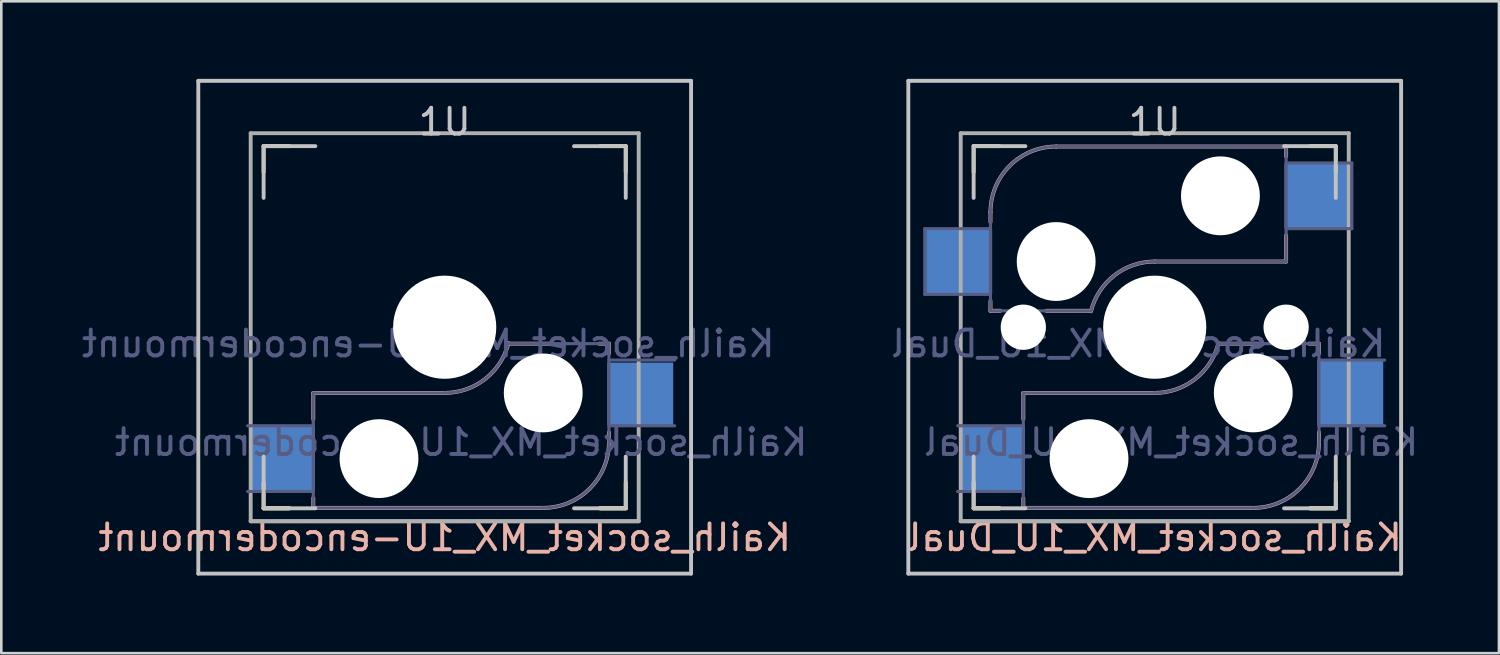
<source format=kicad_pcb>
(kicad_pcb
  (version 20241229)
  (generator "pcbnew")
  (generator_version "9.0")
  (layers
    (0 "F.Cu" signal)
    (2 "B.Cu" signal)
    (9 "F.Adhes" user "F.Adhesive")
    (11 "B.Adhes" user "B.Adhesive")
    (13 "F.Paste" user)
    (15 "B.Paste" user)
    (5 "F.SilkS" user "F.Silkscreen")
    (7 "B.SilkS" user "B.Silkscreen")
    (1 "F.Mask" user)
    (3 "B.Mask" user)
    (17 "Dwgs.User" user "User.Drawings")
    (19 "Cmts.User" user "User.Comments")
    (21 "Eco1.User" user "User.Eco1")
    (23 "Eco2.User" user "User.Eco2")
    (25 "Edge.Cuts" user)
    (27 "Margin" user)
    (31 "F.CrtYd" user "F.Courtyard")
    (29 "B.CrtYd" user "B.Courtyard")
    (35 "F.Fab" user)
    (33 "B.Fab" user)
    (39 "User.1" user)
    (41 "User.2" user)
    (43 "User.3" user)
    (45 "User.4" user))
  (footprint "Kailh_socket_MX_1U_Dual"
    (layer "F.Cu")
    (at 41.59 9.6)
    (property "Reference" "Kailh_socket_MX_1U_Dual" (at 0 8.128 0) (layer "B.SilkS") (effects (font (size 1 1) (thickness 0.15)) (justify mirror)))
    (property "Value" "Kailh_socket_MX_1U_Dual" (at 0 8.255 0) (layer "F.Fab") (hide yes) (effects (font (size 1 1) (thickness 0.15))))
    (attr smd)
    (fp_line (start -7 -6) (end -7 -7) (stroke (width 0.15) (type solid)) (layer "F.SilkS"))
    (fp_line (start -7 7) (end -7 6) (stroke (width 0.15) (type solid)) (layer "F.SilkS"))
    (fp_line (start -7 7) (end -6 7) (stroke (width 0.15) (type solid)) (layer "F.SilkS"))
    (fp_line (start -7 7) (end -6 7) (stroke (width 0.15) (type solid)) (layer "F.SilkS"))
    (fp_line (start -6 -7) (end -7 -7) (stroke (width 0.15) (type solid)) (layer "F.SilkS"))
    (fp_line (start 6 7) (end 7 7) (stroke (width 0.15) (type solid)) (layer "F.SilkS"))
    (fp_line (start 6 7) (end 7 7) (stroke (width 0.15) (type solid)) (layer "F.SilkS"))
    (fp_line (start 7 -7) (end 6 -7) (stroke (width 0.15) (type solid)) (layer "F.SilkS"))
    (fp_line (start 7 -7) (end 7 -6) (stroke (width 0.15) (type solid)) (layer "F.SilkS"))
    (fp_line (start 7 6) (end 7 7) (stroke (width 0.15) (type solid)) (layer "F.SilkS"))
    (fp_line (start -6.35 -4.445) (end -6.35 -4.064) (stroke (width 0.15) (type solid)) (layer "B.SilkS"))
    (fp_line (start -6.35 -1.016) (end -6.35 -0.635) (stroke (width 0.15) (type solid)) (layer "B.SilkS"))
    (fp_line (start -5.969 -0.635) (end -6.35 -0.635) (stroke (width 0.15) (type solid)) (layer "B.SilkS"))
    (fp_line (start -5.08 2.54) (end 0 2.54) (stroke (width 0.15) (type solid)) (layer "B.SilkS"))
    (fp_line (start -5.08 3.556) (end -5.08 2.54) (stroke (width 0.15) (type solid)) (layer "B.SilkS"))
    (fp_line (start -5.08 6.985) (end -5.08 6.604) (stroke (width 0.15) (type solid)) (layer "B.SilkS"))
    (fp_line (start -3.81 -6.985) (end 5.08 -6.985) (stroke (width 0.15) (type solid)) (layer "B.SilkS"))
    (fp_line (start -2.464 -0.635) (end -4.191 -0.635) (stroke (width 0.15) (type solid)) (layer "B.SilkS"))
    (fp_line (start 2.464 0.635) (end 4.191 0.635) (stroke (width 0.15) (type solid)) (layer "B.SilkS"))
    (fp_line (start 3.81 6.985) (end -5.08 6.985) (stroke (width 0.15) (type solid)) (layer "B.SilkS"))
    (fp_line (start 5.08 -6.985) (end 5.08 -6.604) (stroke (width 0.15) (type solid)) (layer "B.SilkS"))
    (fp_line (start 5.08 -3.556) (end 5.08 -2.54) (stroke (width 0.15) (type solid)) (layer "B.SilkS"))
    (fp_line (start 5.08 -2.54) (end 0 -2.54) (stroke (width 0.15) (type solid)) (layer "B.SilkS"))
    (fp_line (start 5.969 0.635) (end 6.35 0.635) (stroke (width 0.15) (type solid)) (layer "B.SilkS"))
    (fp_line (start 6.35 1.016) (end 6.35 0.635) (stroke (width 0.15) (type solid)) (layer "B.SilkS"))
    (fp_line (start 6.35 4.445) (end 6.35 4.064) (stroke (width 0.15) (type solid)) (layer "B.SilkS"))
    (fp_arc (start -6.35 -4.445) (mid -5.606051 -6.241051) (end -3.81 -6.985) (stroke (width 0.15) (type solid)) (layer "B.SilkS"))
    (fp_arc (start -2.464162 -0.61604) (mid -1.563147 -2.002042) (end 0 -2.54) (stroke (width 0.15) (type solid)) (layer "B.SilkS"))
    (fp_arc (start 2.464162 0.61604) (mid 1.563147 2.002042) (end 0 2.54) (stroke (width 0.15) (type solid)) (layer "B.SilkS"))
    (fp_arc (start 6.35 4.445) (mid 5.606051 6.241051) (end 3.81 6.985) (stroke (width 0.15) (type solid)) (layer "B.SilkS"))
    (fp_line (start -9.525 -9.525) (end 9.525 -9.525) (stroke (width 0.15) (type solid)) (layer "Dwgs.User"))
    (fp_line (start -9.525 9.525) (end -9.525 -9.525) (stroke (width 0.15) (type solid)) (layer "Dwgs.User"))
    (fp_line (start -7 -7) (end -7 -5) (stroke (width 0.15) (type solid)) (layer "Dwgs.User"))
    (fp_line (start -7 5) (end -7 7) (stroke (width 0.15) (type solid)) (layer "Dwgs.User"))
    (fp_line (start -7 7) (end -5 7) (stroke (width 0.15) (type solid)) (layer "Dwgs.User"))
    (fp_line (start -5 -7) (end -7 -7) (stroke (width 0.15) (type solid)) (layer "Dwgs.User"))
    (fp_line (start 5 -7) (end 7 -7) (stroke (width 0.15) (type solid)) (layer "Dwgs.User"))
    (fp_line (start 5 7) (end 7 7) (stroke (width 0.15) (type solid)) (layer "Dwgs.User"))
    (fp_line (start 7 -7) (end 7 -5) (stroke (width 0.15) (type solid)) (layer "Dwgs.User"))
    (fp_line (start 7 7) (end 7 5) (stroke (width 0.15) (type solid)) (layer "Dwgs.User"))
    (fp_line (start 9.525 -9.525) (end 9.525 9.525) (stroke (width 0.15) (type solid)) (layer "Dwgs.User"))
    (fp_line (start 9.525 9.525) (end -9.525 9.525) (stroke (width 0.15) (type solid)) (layer "Dwgs.User"))
    (fp_line (start -6.9 6.9) (end -6.9 -6.9) (stroke (width 0.15) (type solid)) (layer "Eco2.User"))
    (fp_line (start -6.9 6.9) (end 6.9 6.9) (stroke (width 0.15) (type solid)) (layer "Eco2.User"))
    (fp_line (start -6.9 6.9) (end 6.9 6.9) (stroke (width 0.15) (type solid)) (layer "Eco2.User"))
    (fp_line (start 6.9 -6.9) (end -6.9 -6.9) (stroke (width 0.15) (type solid)) (layer "Eco2.User"))
    (fp_line (start 6.9 -6.9) (end 6.9 6.9) (stroke (width 0.15) (type solid)) (layer "Eco2.User"))
    (fp_line (start -8.89 -3.81) (end -6.35 -3.81) (stroke (width 0.12) (type solid)) (layer "B.Fab"))
    (fp_line (start -8.89 -1.27) (end -8.89 -3.81) (stroke (width 0.12) (type solid)) (layer "B.Fab"))
    (fp_line (start -7.62 3.81) (end -5.08 3.81) (stroke (width 0.12) (type solid)) (layer "B.Fab"))
    (fp_line (start -6.35 -1.27) (end -8.89 -1.27) (stroke (width 0.12) (type solid)) (layer "B.Fab"))
    (fp_line (start -6.35 -0.635) (end -6.35 -4.445) (stroke (width 0.12) (type solid)) (layer "B.Fab"))
    (fp_line (start -6.35 -0.635) (end -2.54 -0.635) (stroke (width 0.12) (type solid)) (layer "B.Fab"))
    (fp_line (start -5.08 2.54) (end 0 2.54) (stroke (width 0.12) (type solid)) (layer "B.Fab"))
    (fp_line (start -5.08 6.35) (end -7.62 6.35) (stroke (width 0.12) (type solid)) (layer "B.Fab"))
    (fp_line (start -5.08 6.985) (end -5.08 2.54) (stroke (width 0.12) (type solid)) (layer "B.Fab"))
    (fp_line (start -3.81 -6.985) (end 5.08 -6.985) (stroke (width 0.12) (type solid)) (layer "B.Fab"))
    (fp_line (start 3.81 6.985) (end -5.08 6.985) (stroke (width 0.12) (type solid)) (layer "B.Fab"))
    (fp_line (start 5.08 -6.985) (end 5.08 -2.54) (stroke (width 0.12) (type solid)) (layer "B.Fab"))
    (fp_line (start 5.08 -6.35) (end 7.62 -6.35) (stroke (width 0.12) (type solid)) (layer "B.Fab"))
    (fp_line (start 5.08 -2.54) (end 0 -2.54) (stroke (width 0.12) (type solid)) (layer "B.Fab"))
    (fp_line (start 6.35 0.635) (end 2.54 0.635) (stroke (width 0.12) (type solid)) (layer "B.Fab"))
    (fp_line (start 6.35 0.635) (end 6.35 4.445) (stroke (width 0.12) (type solid)) (layer "B.Fab"))
    (fp_line (start 6.35 1.27) (end 8.89 1.27) (stroke (width 0.12) (type solid)) (layer "B.Fab"))
    (fp_line (start 7.62 -6.35) (end 7.62 -3.81) (stroke (width 0.12) (type solid)) (layer "B.Fab"))
    (fp_line (start 7.62 -3.81) (end 5.08 -3.81) (stroke (width 0.12) (type solid)) (layer "B.Fab"))
    (fp_line (start 8.89 3.81) (end 6.35 3.81) (stroke (width 0.12) (type solid)) (layer "B.Fab"))
    (fp_arc (start -6.35 -4.445) (mid -5.606051 -6.241051) (end -3.81 -6.985) (stroke (width 0.12) (type solid)) (layer "B.Fab"))
    (fp_arc (start -2.464162 -0.61604) (mid -1.563147 -2.002042) (end 0 -2.54) (stroke (width 0.12) (type solid)) (layer "B.Fab"))
    (fp_arc (start 2.464162 0.61604) (mid 1.563147 2.002042) (end 0 2.54) (stroke (width 0.12) (type solid)) (layer "B.Fab"))
    (fp_arc (start 6.35 4.445) (mid 5.606051 6.241051) (end 3.81 6.985) (stroke (width 0.12) (type solid)) (layer "B.Fab"))
    (fp_line (start -7.5 -7.5) (end 7.5 -7.5) (stroke (width 0.15) (type solid)) (layer "F.Fab"))
    (fp_line (start -7.5 7.5) (end -7.5 -7.5) (stroke (width 0.15) (type solid)) (layer "F.Fab"))
    (fp_line (start 7.5 -7.5) (end 7.5 7.5) (stroke (width 0.15) (type solid)) (layer "F.Fab"))
    (fp_line (start 7.5 7.5) (end -7.5 7.5) (stroke (width 0.15) (type solid)) (layer "F.Fab"))
    (fp_line (start 7.5 7.5) (end -7.5 7.5) (stroke (width 0.15) (type solid)) (layer "F.Fab"))
    (fp_text user "1U" (at 0 -7.938 0) (layer "Dwgs.User") (effects (font (size 1 1) (thickness 0.15))))
    (fp_text user "${REFERENCE}" (at 0.635 4.445 180) (layer "B.Fab") (effects (font (size 1 1) (thickness 0.15)) (justify mirror)))
    (fp_text user "${VALUE}" (at -0.635 0.635 0) (layer "B.Fab") (effects (font (size 1 1) (thickness 0.15)) (justify mirror)))
    (pad "" np_thru_hole circle (at -5.08 0 48.1) (size 1.75 1.75) (drill 1.75) (layers "*.Cu" "*.Mask"))
    (pad "" np_thru_hole circle (at -3.81 -2.54) (size 3.048 3.048) (drill 3.048) (layers "*.Cu" "*.Mask"))
    (pad "" np_thru_hole circle (at -2.54 5.08 180) (size 3.048 3.048) (drill 3.048) (layers "*.Cu" "*.Mask"))
    (pad "" np_thru_hole circle (at 0 0 180) (size 3.988 3.988) (drill 3.988) (layers "*.Cu" "*.Mask"))
    (pad "" np_thru_hole circle (at 2.54 -5.08) (size 3.048 3.048) (drill 3.048) (layers "*.Cu" "*.Mask"))
    (pad "" np_thru_hole circle (at 3.81 2.54 180) (size 3.048 3.048) (drill 3.048) (layers "*.Cu" "*.Mask"))
    (pad "" np_thru_hole circle (at 5.08 0 48.1) (size 1.75 1.75) (drill 1.75) (layers "*.Cu" "*.Mask"))
    (pad "1" smd rect (at -7.56 -2.54) (size 2.55 2.5) (layers "B.Cu" "B.Mask" "B.Paste"))
    (pad "1" smd rect (at -6.29 5.08 180) (size 2.55 2.5) (layers "B.Cu" "B.Mask" "B.Paste"))
    (pad "2" smd rect (at 6.29 -5.08) (size 2.55 2.5) (layers "B.Cu" "B.Mask" "B.Paste"))
    (pad "2" smd rect (at 7.56 2.54 180) (size 2.55 2.5) (layers "B.Cu" "B.Mask" "B.Paste")))
  (footprint "Kailh_socket_MX_1U-encodermount"
    (layer "F.Cu")
    (at 14.141 9.6)
    (property "Reference" "Kailh_socket_MX_1U-encodermount" (at 0 8.128 0) (layer "B.SilkS") (effects (font (size 1 1) (thickness 0.15)) (justify mirror)))
    (property "Value" "Kailh_socket_MX_1U-encodermount" (at 0 8.255 0) (layer "F.Fab") (hide yes) (effects (font (size 1 1) (thickness 0.15))))
    (attr smd)
    (fp_line (start -7 -6) (end -7 -7) (stroke (width 0.15) (type solid)) (layer "F.SilkS"))
    (fp_line (start -7 7) (end -7 6) (stroke (width 0.15) (type solid)) (layer "F.SilkS"))
    (fp_line (start -7 7) (end -6 7) (stroke (width 0.15) (type solid)) (layer "F.SilkS"))
    (fp_line (start -7 7) (end -6 7) (stroke (width 0.15) (type solid)) (layer "F.SilkS"))
    (fp_line (start -6 -7) (end -7 -7) (stroke (width 0.15) (type solid)) (layer "F.SilkS"))
    (fp_line (start 6 7) (end 7 7) (stroke (width 0.15) (type solid)) (layer "F.SilkS"))
    (fp_line (start 6 7) (end 7 7) (stroke (width 0.15) (type solid)) (layer "F.SilkS"))
    (fp_line (start 7 -7) (end 6 -7) (stroke (width 0.15) (type solid)) (layer "F.SilkS"))
    (fp_line (start 7 -7) (end 7 -6) (stroke (width 0.15) (type solid)) (layer "F.SilkS"))
    (fp_line (start 7 6) (end 7 7) (stroke (width 0.15) (type solid)) (layer "F.SilkS"))
    (fp_line (start -5.08 2.54) (end 0 2.54) (stroke (width 0.15) (type solid)) (layer "B.SilkS"))
    (fp_line (start -5.08 3.556) (end -5.08 2.54) (stroke (width 0.15) (type solid)) (layer "B.SilkS"))
    (fp_line (start -5.08 6.985) (end -5.08 6.604) (stroke (width 0.15) (type solid)) (layer "B.SilkS"))
    (fp_line (start 2.464 0.635) (end 4.191 0.635) (stroke (width 0.15) (type solid)) (layer "B.SilkS"))
    (fp_line (start 3.81 6.985) (end -5.08 6.985) (stroke (width 0.15) (type solid)) (layer "B.SilkS"))
    (fp_line (start 5.969 0.635) (end 6.35 0.635) (stroke (width 0.15) (type solid)) (layer "B.SilkS"))
    (fp_line (start 6.35 1.016) (end 6.35 0.635) (stroke (width 0.15) (type solid)) (layer "B.SilkS"))
    (fp_line (start 6.35 4.445) (end 6.35 4.064) (stroke (width 0.15) (type solid)) (layer "B.SilkS"))
    (fp_arc (start 2.464162 0.61604) (mid 1.563147 2.002042) (end 0 2.54) (stroke (width 0.15) (type solid)) (layer "B.SilkS"))
    (fp_arc (start 6.35 4.445) (mid 5.606051 6.241051) (end 3.81 6.985) (stroke (width 0.15) (type solid)) (layer "B.SilkS"))
    (fp_line (start -9.525 -9.525) (end 9.525 -9.525) (stroke (width 0.15) (type solid)) (layer "Dwgs.User"))
    (fp_line (start -9.525 9.525) (end -9.525 -9.525) (stroke (width 0.15) (type solid)) (layer "Dwgs.User"))
    (fp_line (start -7 -7) (end -7 -5) (stroke (width 0.15) (type solid)) (layer "Dwgs.User"))
    (fp_line (start -7 5) (end -7 7) (stroke (width 0.15) (type solid)) (layer "Dwgs.User"))
    (fp_line (start -7 7) (end -5 7) (stroke (width 0.15) (type solid)) (layer "Dwgs.User"))
    (fp_line (start -5 -7) (end -7 -7) (stroke (width 0.15) (type solid)) (layer "Dwgs.User"))
    (fp_line (start 5 -7) (end 7 -7) (stroke (width 0.15) (type solid)) (layer "Dwgs.User"))
    (fp_line (start 5 7) (end 7 7) (stroke (width 0.15) (type solid)) (layer "Dwgs.User"))
    (fp_line (start 7 -7) (end 7 -5) (stroke (width 0.15) (type solid)) (layer "Dwgs.User"))
    (fp_line (start 7 7) (end 7 5) (stroke (width 0.15) (type solid)) (layer "Dwgs.User"))
    (fp_line (start 9.525 -9.525) (end 9.525 9.525) (stroke (width 0.15) (type solid)) (layer "Dwgs.User"))
    (fp_line (start 9.525 9.525) (end -9.525 9.525) (stroke (width 0.15) (type solid)) (layer "Dwgs.User"))
    (fp_line (start -6.9 6.9) (end -6.9 -6.9) (stroke (width 0.15) (type solid)) (layer "Eco2.User"))
    (fp_line (start -6.9 6.9) (end 6.9 6.9) (stroke (width 0.15) (type solid)) (layer "Eco2.User"))
    (fp_line (start -6.9 6.9) (end 6.9 6.9) (stroke (width 0.15) (type solid)) (layer "Eco2.User"))
    (fp_line (start 6.9 -6.9) (end -6.9 -6.9) (stroke (width 0.15) (type solid)) (layer "Eco2.User"))
    (fp_line (start 6.9 -6.9) (end 6.9 6.9) (stroke (width 0.15) (type solid)) (layer "Eco2.User"))
    (fp_line (start -7.62 3.81) (end -5.08 3.81) (stroke (width 0.12) (type solid)) (layer "B.Fab"))
    (fp_line (start -5.08 2.54) (end 0 2.54) (stroke (width 0.12) (type solid)) (layer "B.Fab"))
    (fp_line (start -5.08 6.35) (end -7.62 6.35) (stroke (width 0.12) (type solid)) (layer "B.Fab"))
    (fp_line (start -5.08 6.985) (end -5.08 2.54) (stroke (width 0.12) (type solid)) (layer "B.Fab"))
    (fp_line (start 3.81 6.985) (end -5.08 6.985) (stroke (width 0.12) (type solid)) (layer "B.Fab"))
    (fp_line (start 6.35 0.635) (end 2.54 0.635) (stroke (width 0.12) (type solid)) (layer "B.Fab"))
    (fp_line (start 6.35 0.635) (end 6.35 4.445) (stroke (width 0.12) (type solid)) (layer "B.Fab"))
    (fp_line (start 6.35 1.27) (end 8.89 1.27) (stroke (width 0.12) (type solid)) (layer "B.Fab"))
    (fp_line (start 8.89 3.81) (end 6.35 3.81) (stroke (width 0.12) (type solid)) (layer "B.Fab"))
    (fp_arc (start 2.464162 0.61604) (mid 1.563147 2.002042) (end 0 2.54) (stroke (width 0.12) (type solid)) (layer "B.Fab"))
    (fp_arc (start 6.35 4.445) (mid 5.606051 6.241051) (end 3.81 6.985) (stroke (width 0.12) (type solid)) (layer "B.Fab"))
    (fp_line (start -7.5 -7.5) (end 7.5 -7.5) (stroke (width 0.15) (type solid)) (layer "F.Fab"))
    (fp_line (start -7.5 7.5) (end -7.5 -7.5) (stroke (width 0.15) (type solid)) (layer "F.Fab"))
    (fp_line (start 7.5 -7.5) (end 7.5 7.5) (stroke (width 0.15) (type solid)) (layer "F.Fab"))
    (fp_line (start 7.5 7.5) (end -7.5 7.5) (stroke (width 0.15) (type solid)) (layer "F.Fab"))
    (fp_line (start 7.5 7.5) (end -7.5 7.5) (stroke (width 0.15) (type solid)) (layer "F.Fab"))
    (fp_text user "1U" (at 0 -7.938 0) (layer "Dwgs.User") (effects (font (size 1 1) (thickness 0.15))))
    (fp_text user "${VALUE}" (at -0.635 0.635 0) (layer "B.Fab") (effects (font (size 1 1) (thickness 0.15)) (justify mirror)))
    (fp_text user "${REFERENCE}" (at 0.635 4.445 180) (layer "B.Fab") (effects (font (size 1 1) (thickness 0.15)) (justify mirror)))
    (pad "" np_thru_hole circle (at -2.54 5.08 180) (size 3.048 3.048) (drill 3.048) (layers "*.Cu" "*.Mask"))
    (pad "" np_thru_hole circle (at 0 0 180) (size 3.988 3.988) (drill 3.988) (layers "*.Cu" "*.Mask"))
    (pad "" np_thru_hole circle (at 3.81 2.54 180) (size 3.048 3.048) (drill 3.048) (layers "*.Cu" "*.Mask"))
    (pad "1" smd rect (at -6.29 5.08 180) (size 2.55 2.5) (layers "B.Cu" "B.Mask" "B.Paste"))
    (pad "2" smd rect (at 7.56 2.578 180) (size 2.55 2.424) (layers "B.Cu" "B.Mask" "B.Paste")))
  (gr_rect
    (start -3 -3)
    (end 54.897 22.2)
    (stroke (width 0.1) (type default))
    (fill no)
    (layer "Edge.Cuts")))
</source>
